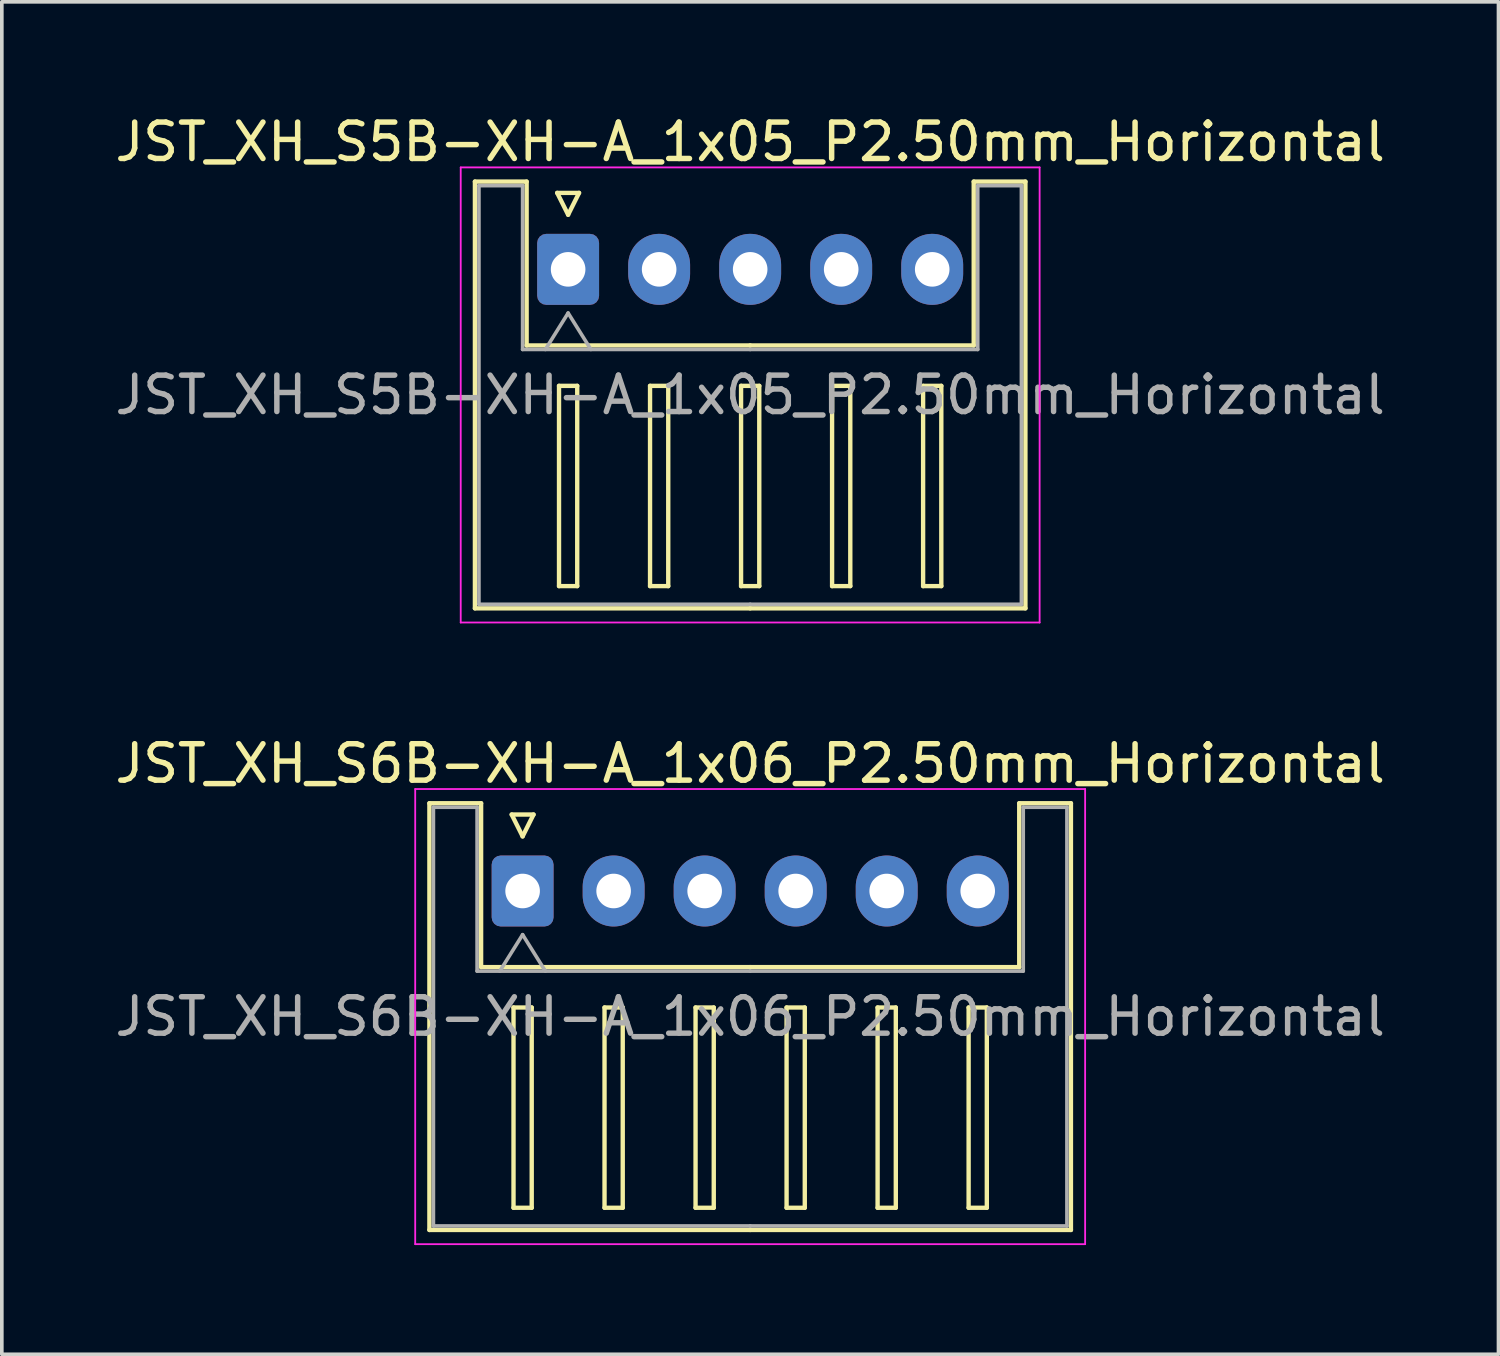
<source format=kicad_pcb>
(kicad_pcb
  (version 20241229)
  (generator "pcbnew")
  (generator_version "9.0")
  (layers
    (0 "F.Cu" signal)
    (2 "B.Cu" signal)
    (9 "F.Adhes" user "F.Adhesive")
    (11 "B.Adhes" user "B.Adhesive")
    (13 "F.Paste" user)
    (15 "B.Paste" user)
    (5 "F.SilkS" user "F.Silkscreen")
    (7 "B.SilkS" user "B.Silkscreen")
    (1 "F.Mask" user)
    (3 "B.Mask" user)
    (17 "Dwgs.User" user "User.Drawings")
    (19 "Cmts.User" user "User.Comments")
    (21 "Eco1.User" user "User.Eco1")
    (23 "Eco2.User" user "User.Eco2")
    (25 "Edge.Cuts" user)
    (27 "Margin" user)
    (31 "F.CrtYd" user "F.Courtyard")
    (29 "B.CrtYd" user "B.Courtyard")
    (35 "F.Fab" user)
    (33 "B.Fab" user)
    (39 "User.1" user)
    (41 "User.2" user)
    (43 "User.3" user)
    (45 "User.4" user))
  (footprint "JST_XH_S6B-XH-A_1x06_P2.50mm_Horizontal"
    (layer "F.Cu")
    (at 11.304 21.422)
    (property "Reference" "JST_XH_S6B-XH-A_1x06_P2.50mm_Horizontal" (at 6.25 -3.5 180) (layer "F.SilkS") (effects (font (size 1 1) (thickness 0.15))))
    (attr through_hole)
    (fp_line (start -2.56 -2.41) (end -1.14 -2.41) (stroke (width 0.12) (type solid)) (layer "F.SilkS"))
    (fp_line (start -2.56 9.31) (end -2.56 -2.41) (stroke (width 0.12) (type solid)) (layer "F.SilkS"))
    (fp_line (start -1.14 -2.41) (end -1.14 2.09) (stroke (width 0.12) (type solid)) (layer "F.SilkS"))
    (fp_line (start -1.14 2.09) (end 6.25 2.09) (stroke (width 0.12) (type solid)) (layer "F.SilkS"))
    (fp_line (start -0.3 -2.1) (end 0.3 -2.1) (stroke (width 0.12) (type solid)) (layer "F.SilkS"))
    (fp_line (start -0.25 3.2) (end -0.25 8.7) (stroke (width 0.12) (type solid)) (layer "F.SilkS"))
    (fp_line (start -0.25 8.7) (end 0.25 8.7) (stroke (width 0.12) (type solid)) (layer "F.SilkS"))
    (fp_line (start 0 -1.5) (end -0.3 -2.1) (stroke (width 0.12) (type solid)) (layer "F.SilkS"))
    (fp_line (start 0.25 3.2) (end -0.25 3.2) (stroke (width 0.12) (type solid)) (layer "F.SilkS"))
    (fp_line (start 0.25 8.7) (end 0.25 3.2) (stroke (width 0.12) (type solid)) (layer "F.SilkS"))
    (fp_line (start 0.3 -2.1) (end 0 -1.5) (stroke (width 0.12) (type solid)) (layer "F.SilkS"))
    (fp_line (start 2.25 3.2) (end 2.25 8.7) (stroke (width 0.12) (type solid)) (layer "F.SilkS"))
    (fp_line (start 2.25 8.7) (end 2.75 8.7) (stroke (width 0.12) (type solid)) (layer "F.SilkS"))
    (fp_line (start 2.75 3.2) (end 2.25 3.2) (stroke (width 0.12) (type solid)) (layer "F.SilkS"))
    (fp_line (start 2.75 8.7) (end 2.75 3.2) (stroke (width 0.12) (type solid)) (layer "F.SilkS"))
    (fp_line (start 4.75 3.2) (end 4.75 8.7) (stroke (width 0.12) (type solid)) (layer "F.SilkS"))
    (fp_line (start 4.75 8.7) (end 5.25 8.7) (stroke (width 0.12) (type solid)) (layer "F.SilkS"))
    (fp_line (start 5.25 3.2) (end 4.75 3.2) (stroke (width 0.12) (type solid)) (layer "F.SilkS"))
    (fp_line (start 5.25 8.7) (end 5.25 3.2) (stroke (width 0.12) (type solid)) (layer "F.SilkS"))
    (fp_line (start 6.25 9.31) (end -2.56 9.31) (stroke (width 0.12) (type solid)) (layer "F.SilkS"))
    (fp_line (start 6.25 9.31) (end 15.06 9.31) (stroke (width 0.12) (type solid)) (layer "F.SilkS"))
    (fp_line (start 7.25 3.2) (end 7.25 8.7) (stroke (width 0.12) (type solid)) (layer "F.SilkS"))
    (fp_line (start 7.25 8.7) (end 7.75 8.7) (stroke (width 0.12) (type solid)) (layer "F.SilkS"))
    (fp_line (start 7.75 3.2) (end 7.25 3.2) (stroke (width 0.12) (type solid)) (layer "F.SilkS"))
    (fp_line (start 7.75 8.7) (end 7.75 3.2) (stroke (width 0.12) (type solid)) (layer "F.SilkS"))
    (fp_line (start 9.75 3.2) (end 9.75 8.7) (stroke (width 0.12) (type solid)) (layer "F.SilkS"))
    (fp_line (start 9.75 8.7) (end 10.25 8.7) (stroke (width 0.12) (type solid)) (layer "F.SilkS"))
    (fp_line (start 10.25 3.2) (end 9.75 3.2) (stroke (width 0.12) (type solid)) (layer "F.SilkS"))
    (fp_line (start 10.25 8.7) (end 10.25 3.2) (stroke (width 0.12) (type solid)) (layer "F.SilkS"))
    (fp_line (start 12.25 3.2) (end 12.25 8.7) (stroke (width 0.12) (type solid)) (layer "F.SilkS"))
    (fp_line (start 12.25 8.7) (end 12.75 8.7) (stroke (width 0.12) (type solid)) (layer "F.SilkS"))
    (fp_line (start 12.75 3.2) (end 12.25 3.2) (stroke (width 0.12) (type solid)) (layer "F.SilkS"))
    (fp_line (start 12.75 8.7) (end 12.75 3.2) (stroke (width 0.12) (type solid)) (layer "F.SilkS"))
    (fp_line (start 13.64 -2.41) (end 13.64 2.09) (stroke (width 0.12) (type solid)) (layer "F.SilkS"))
    (fp_line (start 13.64 2.09) (end 6.25 2.09) (stroke (width 0.12) (type solid)) (layer "F.SilkS"))
    (fp_line (start 15.06 -2.41) (end 13.64 -2.41) (stroke (width 0.12) (type solid)) (layer "F.SilkS"))
    (fp_line (start 15.06 9.31) (end 15.06 -2.41) (stroke (width 0.12) (type solid)) (layer "F.SilkS"))
    (fp_line (start -2.95 -2.8) (end -2.95 9.7) (stroke (width 0.05) (type solid)) (layer "F.CrtYd"))
    (fp_line (start -2.95 9.7) (end 15.45 9.7) (stroke (width 0.05) (type solid)) (layer "F.CrtYd"))
    (fp_line (start 15.45 -2.8) (end -2.95 -2.8) (stroke (width 0.05) (type solid)) (layer "F.CrtYd"))
    (fp_line (start 15.45 9.7) (end 15.45 -2.8) (stroke (width 0.05) (type solid)) (layer "F.CrtYd"))
    (fp_line (start -2.45 -2.3) (end -1.25 -2.3) (stroke (width 0.1) (type solid)) (layer "F.Fab"))
    (fp_line (start -2.45 9.2) (end -2.45 -2.3) (stroke (width 0.1) (type solid)) (layer "F.Fab"))
    (fp_line (start -1.25 -2.3) (end -1.25 2.2) (stroke (width 0.1) (type solid)) (layer "F.Fab"))
    (fp_line (start -1.25 2.2) (end 6.25 2.2) (stroke (width 0.1) (type solid)) (layer "F.Fab"))
    (fp_line (start -0.625 2.2) (end 0 1.2) (stroke (width 0.1) (type solid)) (layer "F.Fab"))
    (fp_line (start 0 1.2) (end 0.625 2.2) (stroke (width 0.1) (type solid)) (layer "F.Fab"))
    (fp_line (start 6.25 9.2) (end -2.45 9.2) (stroke (width 0.1) (type solid)) (layer "F.Fab"))
    (fp_line (start 6.25 9.2) (end 14.95 9.2) (stroke (width 0.1) (type solid)) (layer "F.Fab"))
    (fp_line (start 13.75 -2.3) (end 13.75 2.2) (stroke (width 0.1) (type solid)) (layer "F.Fab"))
    (fp_line (start 13.75 2.2) (end 6.25 2.2) (stroke (width 0.1) (type solid)) (layer "F.Fab"))
    (fp_line (start 14.95 -2.3) (end 13.75 -2.3) (stroke (width 0.1) (type solid)) (layer "F.Fab"))
    (fp_line (start 14.95 9.2) (end 14.95 -2.3) (stroke (width 0.1) (type solid)) (layer "F.Fab"))
    (fp_text user "${REFERENCE}" (at 6.25 3.45 180) (layer "F.Fab") (effects (font (size 1 1) (thickness 0.15))))
    (pad "1" thru_hole roundrect (at 0 0) (size 1.7 1.95) (drill 0.95) (layers "*.Cu" "*.Mask") (roundrect_rratio 0.147))
    (pad "2" thru_hole oval (at 2.5 0) (size 1.7 1.95) (drill 0.95) (layers "*.Cu" "*.Mask"))
    (pad "3" thru_hole oval (at 5 0) (size 1.7 1.95) (drill 0.95) (layers "*.Cu" "*.Mask"))
    (pad "4" thru_hole oval (at 7.5 0) (size 1.7 1.95) (drill 0.95) (layers "*.Cu" "*.Mask"))
    (pad "5" thru_hole oval (at 10 0) (size 1.7 1.95) (drill 0.95) (layers "*.Cu" "*.Mask"))
    (pad "6" thru_hole oval (at 12.5 0) (size 1.7 1.95) (drill 0.95) (layers "*.Cu" "*.Mask")))
  (footprint "JST_XH_S5B-XH-A_1x05_P2.50mm_Horizontal"
    (layer "F.Cu")
    (at 12.554 4.348)
    (property "Reference" "JST_XH_S5B-XH-A_1x05_P2.50mm_Horizontal" (at 5 -3.5 0) (layer "F.SilkS") (effects (font (size 1 1) (thickness 0.15))))
    (attr through_hole)
    (fp_line (start -2.56 -2.41) (end -1.14 -2.41) (stroke (width 0.12) (type solid)) (layer "F.SilkS"))
    (fp_line (start -2.56 9.31) (end -2.56 -2.41) (stroke (width 0.12) (type solid)) (layer "F.SilkS"))
    (fp_line (start -1.14 -2.41) (end -1.14 2.09) (stroke (width 0.12) (type solid)) (layer "F.SilkS"))
    (fp_line (start -1.14 2.09) (end 5 2.09) (stroke (width 0.12) (type solid)) (layer "F.SilkS"))
    (fp_line (start -0.3 -2.1) (end 0.3 -2.1) (stroke (width 0.12) (type solid)) (layer "F.SilkS"))
    (fp_line (start -0.25 3.2) (end -0.25 8.7) (stroke (width 0.12) (type solid)) (layer "F.SilkS"))
    (fp_line (start -0.25 8.7) (end 0.25 8.7) (stroke (width 0.12) (type solid)) (layer "F.SilkS"))
    (fp_line (start 0 -1.5) (end -0.3 -2.1) (stroke (width 0.12) (type solid)) (layer "F.SilkS"))
    (fp_line (start 0.25 3.2) (end -0.25 3.2) (stroke (width 0.12) (type solid)) (layer "F.SilkS"))
    (fp_line (start 0.25 8.7) (end 0.25 3.2) (stroke (width 0.12) (type solid)) (layer "F.SilkS"))
    (fp_line (start 0.3 -2.1) (end 0 -1.5) (stroke (width 0.12) (type solid)) (layer "F.SilkS"))
    (fp_line (start 2.25 3.2) (end 2.25 8.7) (stroke (width 0.12) (type solid)) (layer "F.SilkS"))
    (fp_line (start 2.25 8.7) (end 2.75 8.7) (stroke (width 0.12) (type solid)) (layer "F.SilkS"))
    (fp_line (start 2.75 3.2) (end 2.25 3.2) (stroke (width 0.12) (type solid)) (layer "F.SilkS"))
    (fp_line (start 2.75 8.7) (end 2.75 3.2) (stroke (width 0.12) (type solid)) (layer "F.SilkS"))
    (fp_line (start 4.75 3.2) (end 4.75 8.7) (stroke (width 0.12) (type solid)) (layer "F.SilkS"))
    (fp_line (start 4.75 8.7) (end 5.25 8.7) (stroke (width 0.12) (type solid)) (layer "F.SilkS"))
    (fp_line (start 5 9.31) (end -2.56 9.31) (stroke (width 0.12) (type solid)) (layer "F.SilkS"))
    (fp_line (start 5 9.31) (end 12.56 9.31) (stroke (width 0.12) (type solid)) (layer "F.SilkS"))
    (fp_line (start 5.25 3.2) (end 4.75 3.2) (stroke (width 0.12) (type solid)) (layer "F.SilkS"))
    (fp_line (start 5.25 8.7) (end 5.25 3.2) (stroke (width 0.12) (type solid)) (layer "F.SilkS"))
    (fp_line (start 7.25 3.2) (end 7.25 8.7) (stroke (width 0.12) (type solid)) (layer "F.SilkS"))
    (fp_line (start 7.25 8.7) (end 7.75 8.7) (stroke (width 0.12) (type solid)) (layer "F.SilkS"))
    (fp_line (start 7.75 3.2) (end 7.25 3.2) (stroke (width 0.12) (type solid)) (layer "F.SilkS"))
    (fp_line (start 7.75 8.7) (end 7.75 3.2) (stroke (width 0.12) (type solid)) (layer "F.SilkS"))
    (fp_line (start 9.75 3.2) (end 9.75 8.7) (stroke (width 0.12) (type solid)) (layer "F.SilkS"))
    (fp_line (start 9.75 8.7) (end 10.25 8.7) (stroke (width 0.12) (type solid)) (layer "F.SilkS"))
    (fp_line (start 10.25 3.2) (end 9.75 3.2) (stroke (width 0.12) (type solid)) (layer "F.SilkS"))
    (fp_line (start 10.25 8.7) (end 10.25 3.2) (stroke (width 0.12) (type solid)) (layer "F.SilkS"))
    (fp_line (start 11.14 -2.41) (end 11.14 2.09) (stroke (width 0.12) (type solid)) (layer "F.SilkS"))
    (fp_line (start 11.14 2.09) (end 5 2.09) (stroke (width 0.12) (type solid)) (layer "F.SilkS"))
    (fp_line (start 12.56 -2.41) (end 11.14 -2.41) (stroke (width 0.12) (type solid)) (layer "F.SilkS"))
    (fp_line (start 12.56 9.31) (end 12.56 -2.41) (stroke (width 0.12) (type solid)) (layer "F.SilkS"))
    (fp_line (start -2.95 -2.8) (end -2.95 9.7) (stroke (width 0.05) (type solid)) (layer "F.CrtYd"))
    (fp_line (start -2.95 9.7) (end 12.95 9.7) (stroke (width 0.05) (type solid)) (layer "F.CrtYd"))
    (fp_line (start 12.95 -2.8) (end -2.95 -2.8) (stroke (width 0.05) (type solid)) (layer "F.CrtYd"))
    (fp_line (start 12.95 9.7) (end 12.95 -2.8) (stroke (width 0.05) (type solid)) (layer "F.CrtYd"))
    (fp_line (start -2.45 -2.3) (end -1.25 -2.3) (stroke (width 0.1) (type solid)) (layer "F.Fab"))
    (fp_line (start -2.45 9.2) (end -2.45 -2.3) (stroke (width 0.1) (type solid)) (layer "F.Fab"))
    (fp_line (start -1.25 -2.3) (end -1.25 2.2) (stroke (width 0.1) (type solid)) (layer "F.Fab"))
    (fp_line (start -1.25 2.2) (end 5 2.2) (stroke (width 0.1) (type solid)) (layer "F.Fab"))
    (fp_line (start -0.625 2.2) (end 0 1.2) (stroke (width 0.1) (type solid)) (layer "F.Fab"))
    (fp_line (start 0 1.2) (end 0.625 2.2) (stroke (width 0.1) (type solid)) (layer "F.Fab"))
    (fp_line (start 5 9.2) (end -2.45 9.2) (stroke (width 0.1) (type solid)) (layer "F.Fab"))
    (fp_line (start 5 9.2) (end 12.45 9.2) (stroke (width 0.1) (type solid)) (layer "F.Fab"))
    (fp_line (start 11.25 -2.3) (end 11.25 2.2) (stroke (width 0.1) (type solid)) (layer "F.Fab"))
    (fp_line (start 11.25 2.2) (end 5 2.2) (stroke (width 0.1) (type solid)) (layer "F.Fab"))
    (fp_line (start 12.45 -2.3) (end 11.25 -2.3) (stroke (width 0.1) (type solid)) (layer "F.Fab"))
    (fp_line (start 12.45 9.2) (end 12.45 -2.3) (stroke (width 0.1) (type solid)) (layer "F.Fab"))
    (fp_text user "${REFERENCE}" (at 5 3.45 0) (layer "F.Fab") (effects (font (size 1 1) (thickness 0.15))))
    (pad "1" thru_hole roundrect (at 0 0) (size 1.7 1.95) (drill 0.95) (layers "*.Cu" "*.Mask") (roundrect_rratio 0.147))
    (pad "2" thru_hole oval (at 2.5 0) (size 1.7 1.95) (drill 0.95) (layers "*.Cu" "*.Mask"))
    (pad "3" thru_hole oval (at 5 0) (size 1.7 1.95) (drill 0.95) (layers "*.Cu" "*.Mask"))
    (pad "4" thru_hole oval (at 7.5 0) (size 1.7 1.95) (drill 0.95) (layers "*.Cu" "*.Mask"))
    (pad "5" thru_hole oval (at 10 0) (size 1.7 1.95) (drill 0.95) (layers "*.Cu" "*.Mask")))
  (gr_rect
    (start -3 -3)
    (end 38.107 34.147)
    (stroke (width 0.1) (type default))
    (fill no)
    (layer "Edge.Cuts")))
</source>
